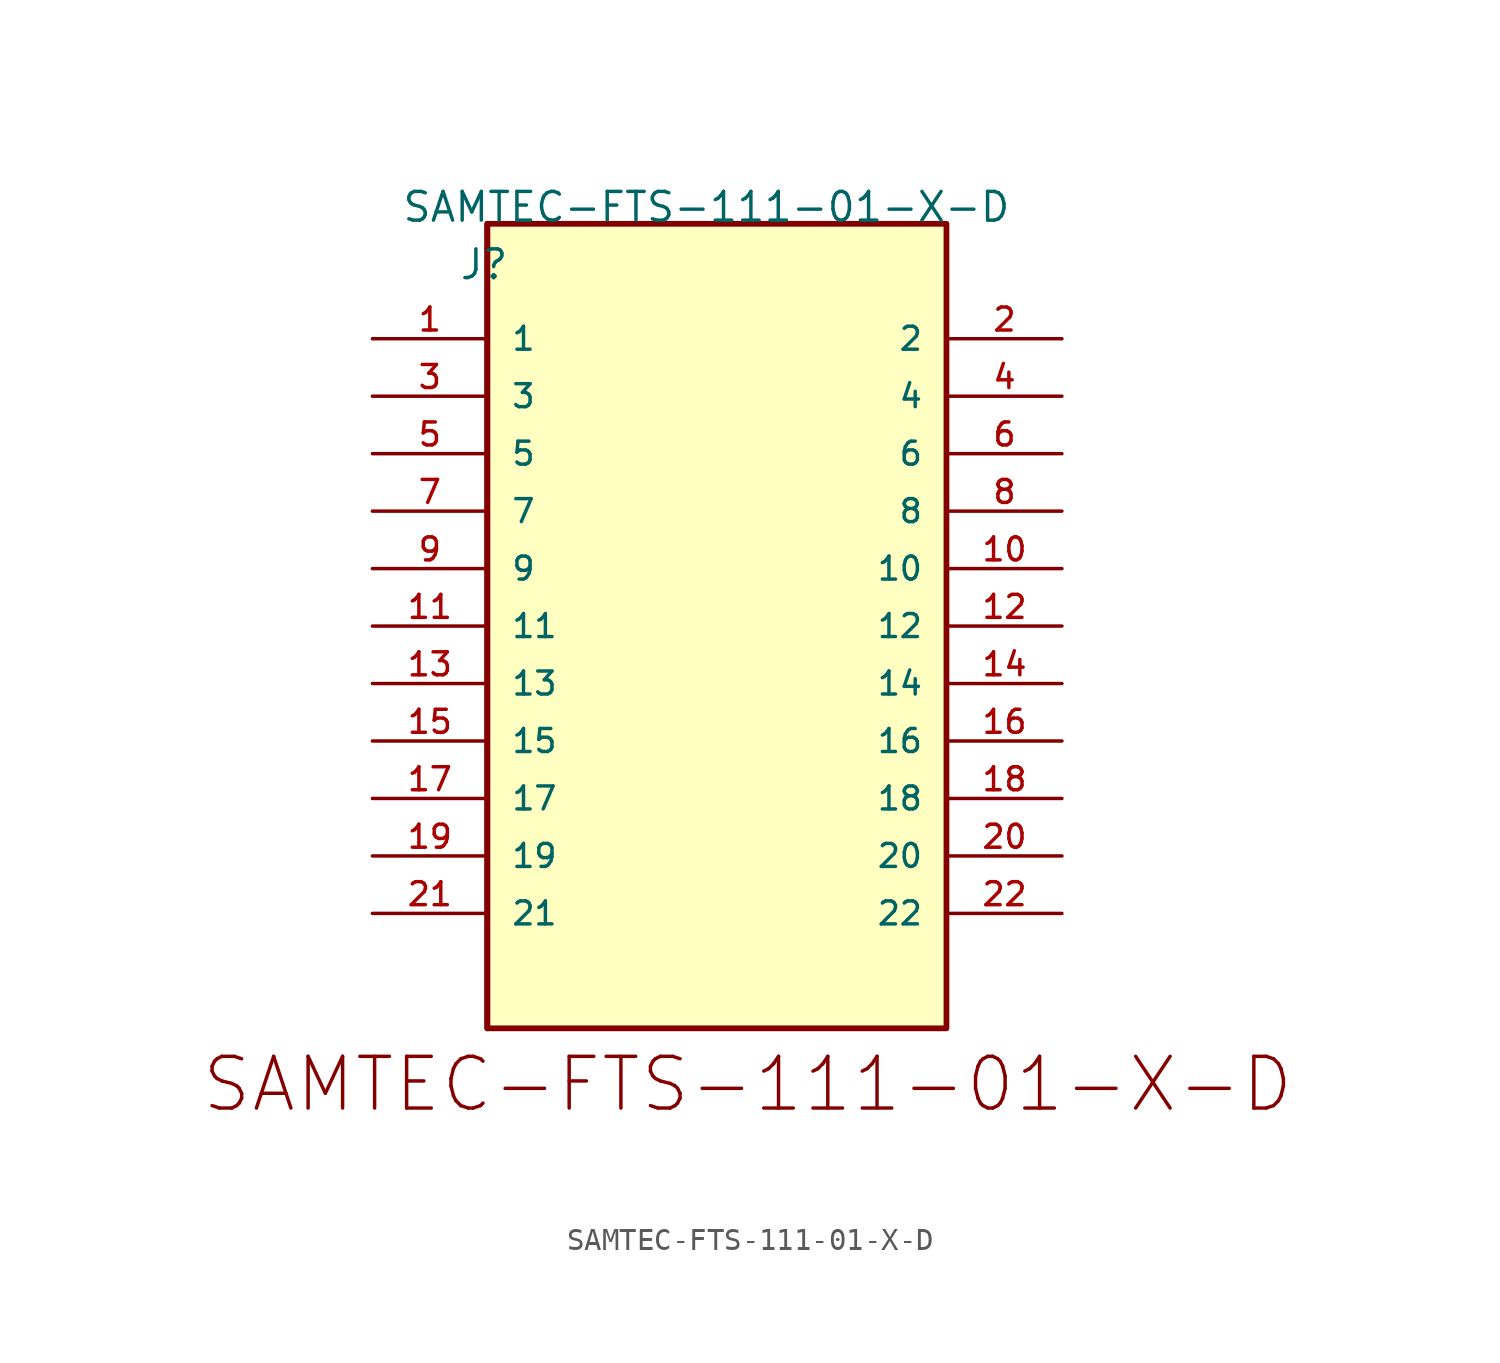
<source format=kicad_sym>
(kicad_symbol_lib
  (version 20220914)
  (generator kicad_symbol_editor)
  (symbol "SAMTEC-FTS-111-01-X-D"
    (pin_names
      (offset 1.016))
    (property "Reference" "J"
      (at -1.27 2.54 0)
      (effects (font (size 1.27 1.27)) (justify left bottom)))
    (property "Value" "SAMTEC-FTS-111-01-X-D"
      (at -3.81 5.08 0)
      (effects (font (size 1.27 1.27)) (justify left bottom)))
    (property "ki_locked" ""
      (at 0 0 0)
      (effects (font (size 1.27 1.27))))
    (symbol "SAMTEC-FTS-111-01-X-D_0_0"
      (polyline (pts (xy 0 -30.48) (xy 0 5.08)) (stroke (width 0.254) (type solid)) (fill (type none)))
      (rectangle (start 0 5.08) (end 20.295 -30.48) (stroke (width 0.254) (type solid)) (fill (type background)))
      (text "SAMTEC-FTS-111-01-X-D" (at -12.7 -34.29 0) (effects (font (size 2.286 2.286)) (justify left bottom)))
      (pin passive line (at -5.08 0 0) (length 5.08) (name "1" (effects (font (size 1.016 1.016)))) (number "1" (effects (font (size 1.016 1.016)))))
      (pin passive line (at 25.4 -10.16 180) (length 5.08) (name "10" (effects (font (size 1.016 1.016)))) (number "10" (effects (font (size 1.016 1.016)))))
      (pin passive line (at -5.08 -12.7 0) (length 5.08) (name "11" (effects (font (size 1.016 1.016)))) (number "11" (effects (font (size 1.016 1.016)))))
      (pin passive line (at 25.4 -12.7 180) (length 5.08) (name "12" (effects (font (size 1.016 1.016)))) (number "12" (effects (font (size 1.016 1.016)))))
      (pin passive line (at -5.08 -15.24 0) (length 5.08) (name "13" (effects (font (size 1.016 1.016)))) (number "13" (effects (font (size 1.016 1.016)))))
      (pin passive line (at 25.4 -15.24 180) (length 5.08) (name "14" (effects (font (size 1.016 1.016)))) (number "14" (effects (font (size 1.016 1.016)))))
      (pin passive line (at -5.08 -17.78 0) (length 5.08) (name "15" (effects (font (size 1.016 1.016)))) (number "15" (effects (font (size 1.016 1.016)))))
      (pin passive line (at 25.4 -17.78 180) (length 5.08) (name "16" (effects (font (size 1.016 1.016)))) (number "16" (effects (font (size 1.016 1.016)))))
      (pin passive line (at -5.08 -20.32 0) (length 5.08) (name "17" (effects (font (size 1.016 1.016)))) (number "17" (effects (font (size 1.016 1.016)))))
      (pin passive line (at 25.4 -20.32 180) (length 5.08) (name "18" (effects (font (size 1.016 1.016)))) (number "18" (effects (font (size 1.016 1.016)))))
      (pin passive line (at -5.08 -22.86 0) (length 5.08) (name "19" (effects (font (size 1.016 1.016)))) (number "19" (effects (font (size 1.016 1.016)))))
      (pin passive line (at 25.4 0 180) (length 5.08) (name "2" (effects (font (size 1.016 1.016)))) (number "2" (effects (font (size 1.016 1.016)))))
      (pin passive line (at 25.4 -22.86 180) (length 5.08) (name "20" (effects (font (size 1.016 1.016)))) (number "20" (effects (font (size 1.016 1.016)))))
      (pin passive line (at -5.08 -25.4 0) (length 5.08) (name "21" (effects (font (size 1.016 1.016)))) (number "21" (effects (font (size 1.016 1.016)))))
      (pin passive line (at 25.4 -25.4 180) (length 5.08) (name "22" (effects (font (size 1.016 1.016)))) (number "22" (effects (font (size 1.016 1.016)))))
      (pin passive line (at -5.08 -2.54 0) (length 5.08) (name "3" (effects (font (size 1.016 1.016)))) (number "3" (effects (font (size 1.016 1.016)))))
      (pin passive line (at 25.4 -2.54 180) (length 5.08) (name "4" (effects (font (size 1.016 1.016)))) (number "4" (effects (font (size 1.016 1.016)))))
      (pin passive line (at -5.08 -5.08 0) (length 5.08) (name "5" (effects (font (size 1.016 1.016)))) (number "5" (effects (font (size 1.016 1.016)))))
      (pin passive line (at 25.4 -5.08 180) (length 5.08) (name "6" (effects (font (size 1.016 1.016)))) (number "6" (effects (font (size 1.016 1.016)))))
      (pin passive line (at -5.08 -7.62 0) (length 5.08) (name "7" (effects (font (size 1.016 1.016)))) (number "7" (effects (font (size 1.016 1.016)))))
      (pin passive line (at 25.4 -7.62 180) (length 5.08) (name "8" (effects (font (size 1.016 1.016)))) (number "8" (effects (font (size 1.016 1.016)))))
      (pin passive line (at -5.08 -10.16 0) (length 5.08) (name "9" (effects (font (size 1.016 1.016)))) (number "9" (effects (font (size 1.016 1.016))))))))
</source>
